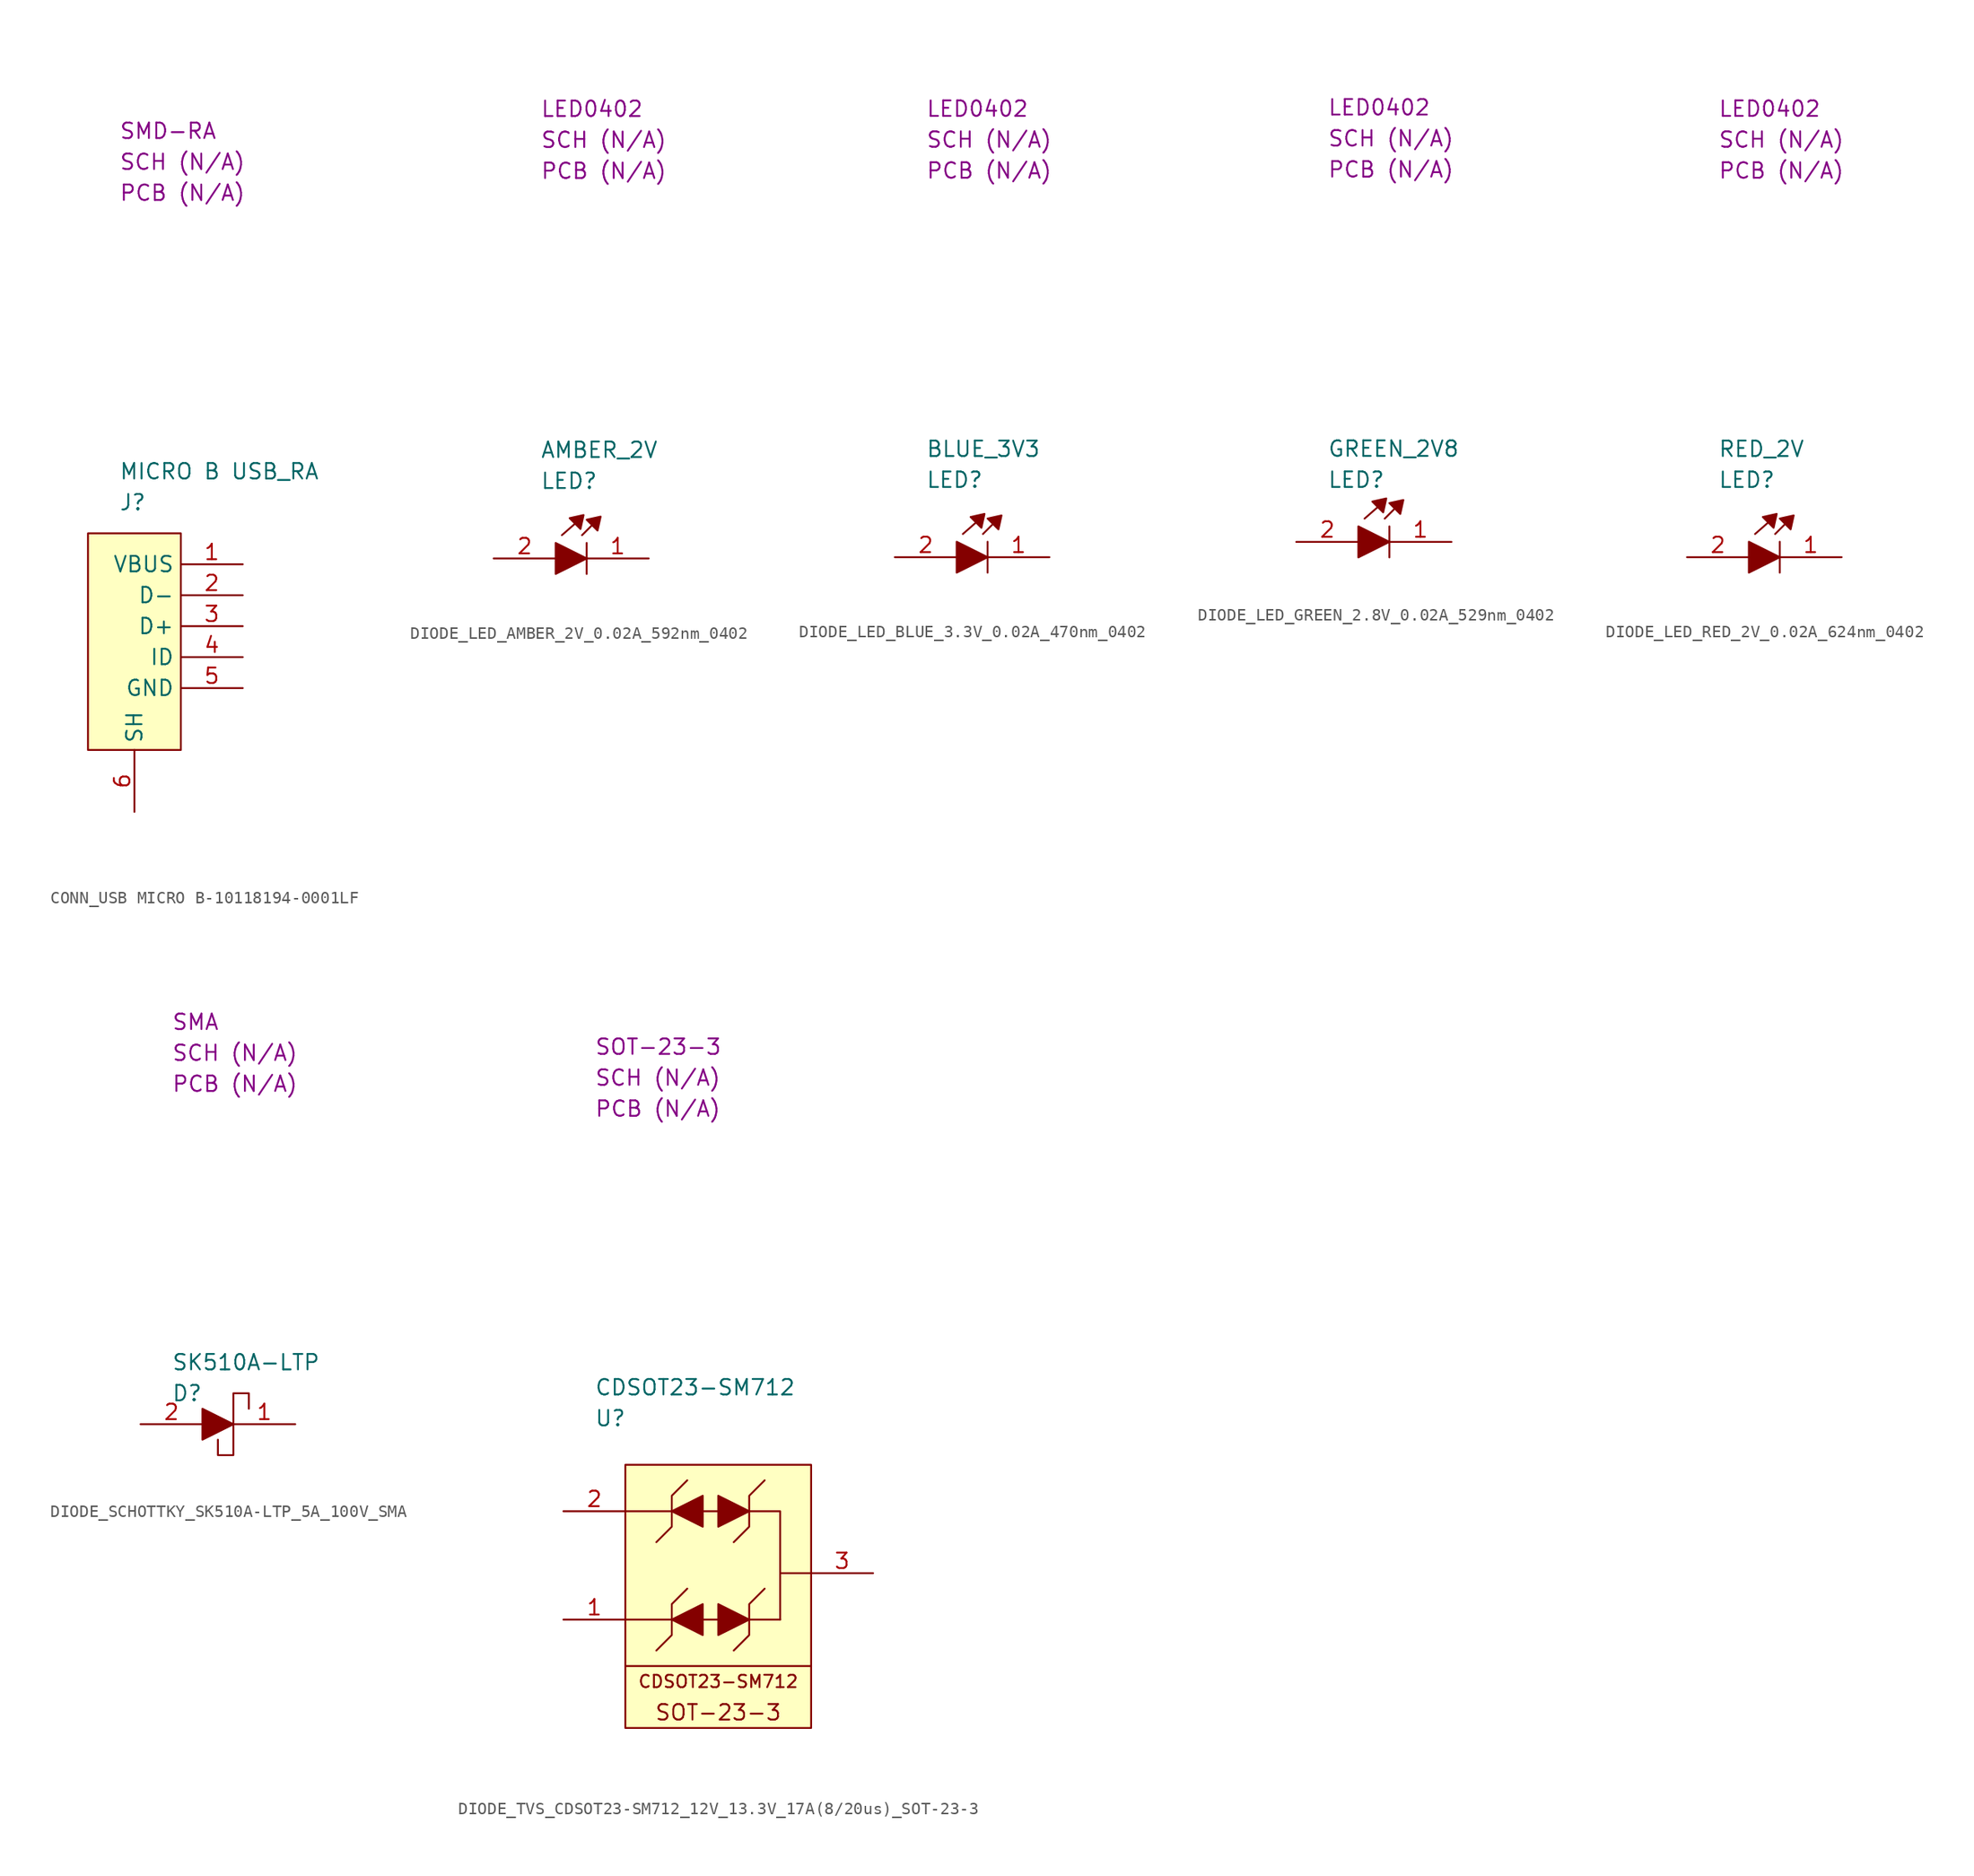
<source format=kicad_sym>
(kicad_symbol_lib
  (version 20220914)
  (generator kicad_symbol_editor)
  (symbol "CONN_USB MICRO B-10118194-0001LF"
    (property "Reference" "J"
      (at 2.54 2.54 0)
      (effects (font (size 1.27 1.27)) (justify left)))
    (property "Value" "MICRO B USB_RA"
      (at 2.54 5.08 0)
      (effects (font (size 1.27 1.27)) (justify left)))
    (property "Package" "SMD-RA"
      (at 2.54 33.02 0)
      (effects (font (size 1.27 1.27)) (justify left)))
    (property "SCH CHECK" "SCH (N/A)"
      (at 2.54 30.48 0)
      (effects (font (size 1.27 1.27)) (justify left)))
    (property "PCB CHECk" "PCB (N/A)"
      (at 2.54 27.94 0)
      (effects (font (size 1.27 1.27)) (justify left)))
    (symbol "CONN_USB MICRO B-10118194-0001LF_0_1"
      (rectangle (start 0 0) (end 7.62 -17.78) (stroke (width 0) (type default)) (fill (type background))))
    (symbol "CONN_USB MICRO B-10118194-0001LF_1_1"
      (pin passive line (at 12.7 -2.54 180) (length 5.08) (name "VBUS" (effects (font (size 1.27 1.27)))) (number "1" (effects (font (size 1.27 1.27)))))
      (pin passive line (at 12.7 -5.08 180) (length 5.08) (name "D-" (effects (font (size 1.27 1.27)))) (number "2" (effects (font (size 1.27 1.27)))))
      (pin passive line (at 12.7 -7.62 180) (length 5.08) (name "D+" (effects (font (size 1.27 1.27)))) (number "3" (effects (font (size 1.27 1.27)))))
      (pin passive line (at 12.7 -10.16 180) (length 5.08) (name "ID" (effects (font (size 1.27 1.27)))) (number "4" (effects (font (size 1.27 1.27)))))
      (pin passive line (at 12.7 -12.7 180) (length 5.08) (name "GND" (effects (font (size 1.27 1.27)))) (number "5" (effects (font (size 1.27 1.27)))))
      (pin passive line (at 3.81 -22.86 90) (length 5.08) (name "SH" (effects (font (size 1.27 1.27)))) (number "6" (effects (font (size 1.27 1.27)))))))
  (symbol "DIODE_LED_AMBER_2V_0.02A_592nm_0402"
    (property "Reference" "LED"
      (at 3.81 6.35 0)
      (effects (font (size 1.27 1.27)) (justify left)))
    (property "Value" "AMBER_2V"
      (at 3.81 8.89 0)
      (effects (font (size 1.27 1.27)) (justify left)))
    (property "Package" "LED0402"
      (at 3.81 36.83 0)
      (effects (font (size 1.27 1.27)) (justify left)))
    (property "SCH CHECK" "SCH (N/A)"
      (at 3.81 34.29 0)
      (effects (font (size 1.27 1.27)) (justify left)))
    (property "PCB CHECk" "PCB (N/A)"
      (at 3.81 31.75 0)
      (effects (font (size 1.27 1.27)) (justify left)))
    (symbol "DIODE_LED_AMBER_2V_0.02A_592nm_0402_0_1"
      (polyline (pts (xy 5.588 1.905) (xy 6.604 2.794)) (stroke (width 0) (type default)) (fill (type none)))
      (polyline (pts (xy 7.239 1.905) (xy 8.001 2.667)) (stroke (width 0) (type default)) (fill (type none)))
      (polyline (pts (xy 7.62 -1.27) (xy 7.62 1.27)) (stroke (width 0) (type default)) (fill (type none)))
      (polyline (pts (xy 5.08 1.27) (xy 5.08 -1.27) (xy 7.62 0) (xy 5.08 1.27)) (stroke (width 0) (type default)) (fill (type outline)))
      (polyline (pts (xy 6.223 3.302) (xy 7.112 2.413) (xy 7.366 3.556) (xy 6.223 3.302)) (stroke (width 0) (type default)) (fill (type outline)))
      (polyline (pts (xy 7.62 3.175) (xy 8.509 2.286) (xy 8.763 3.429) (xy 7.62 3.175)) (stroke (width 0) (type default)) (fill (type outline))))
    (symbol "DIODE_LED_AMBER_2V_0.02A_592nm_0402_1_1"
      (pin passive line (at 12.7 0 180) (length 5.08) (name "" (effects (font (size 1.27 1.27)))) (number "1" (effects (font (size 1.27 1.27)))))
      (pin passive line (at 0 0 0) (length 5.08) (name "" (effects (font (size 1.27 1.27)))) (number "2" (effects (font (size 1.27 1.27)))))))
  (symbol "DIODE_LED_BLUE_3.3V_0.02A_470nm_0402"
    (property "Reference" "LED"
      (at 2.54 6.35 0)
      (effects (font (size 1.27 1.27)) (justify left)))
    (property "Value" "BLUE_3V3"
      (at 2.54 8.89 0)
      (effects (font (size 1.27 1.27)) (justify left)))
    (property "Package" "LED0402"
      (at 2.54 36.83 0)
      (effects (font (size 1.27 1.27)) (justify left)))
    (property "SCH CHECK" "SCH (N/A)"
      (at 2.54 34.29 0)
      (effects (font (size 1.27 1.27)) (justify left)))
    (property "PCB CHECk" "PCB (N/A)"
      (at 2.54 31.75 0)
      (effects (font (size 1.27 1.27)) (justify left)))
    (symbol "DIODE_LED_BLUE_3.3V_0.02A_470nm_0402_0_1"
      (polyline (pts (xy 5.588 1.905) (xy 6.604 2.794)) (stroke (width 0) (type default)) (fill (type none)))
      (polyline (pts (xy 7.239 1.905) (xy 8.001 2.667)) (stroke (width 0) (type default)) (fill (type none)))
      (polyline (pts (xy 7.62 -1.27) (xy 7.62 1.27)) (stroke (width 0) (type default)) (fill (type none)))
      (polyline (pts (xy 5.08 1.27) (xy 5.08 -1.27) (xy 7.62 0) (xy 5.08 1.27)) (stroke (width 0) (type default)) (fill (type outline)))
      (polyline (pts (xy 6.223 3.302) (xy 7.112 2.413) (xy 7.366 3.556) (xy 6.223 3.302)) (stroke (width 0) (type default)) (fill (type outline)))
      (polyline (pts (xy 7.62 3.175) (xy 8.509 2.286) (xy 8.763 3.429) (xy 7.62 3.175)) (stroke (width 0) (type default)) (fill (type outline))))
    (symbol "DIODE_LED_BLUE_3.3V_0.02A_470nm_0402_1_1"
      (pin passive line (at 12.7 0 180) (length 5.08) (name "" (effects (font (size 1.27 1.27)))) (number "1" (effects (font (size 1.27 1.27)))))
      (pin passive line (at 0 0 0) (length 5.08) (name "" (effects (font (size 1.27 1.27)))) (number "2" (effects (font (size 1.27 1.27)))))))
  (symbol "DIODE_LED_GREEN_2.8V_0.02A_529nm_0402"
    (property "Reference" "LED"
      (at 2.54 5.08 0)
      (effects (font (size 1.27 1.27)) (justify left)))
    (property "Value" "GREEN_2V8"
      (at 2.54 7.62 0)
      (effects (font (size 1.27 1.27)) (justify left)))
    (property "Package" "LED0402"
      (at 2.54 35.56 0)
      (effects (font (size 1.27 1.27)) (justify left)))
    (property "SCH CHECK" "SCH (N/A)"
      (at 2.54 33.02 0)
      (effects (font (size 1.27 1.27)) (justify left)))
    (property "PCB CHECk" "PCB (N/A)"
      (at 2.54 30.48 0)
      (effects (font (size 1.27 1.27)) (justify left)))
    (symbol "DIODE_LED_GREEN_2.8V_0.02A_529nm_0402_0_1"
      (polyline (pts (xy 5.588 1.905) (xy 6.604 2.794)) (stroke (width 0) (type default)) (fill (type none)))
      (polyline (pts (xy 7.239 1.905) (xy 8.001 2.667)) (stroke (width 0) (type default)) (fill (type none)))
      (polyline (pts (xy 7.62 -1.27) (xy 7.62 1.27)) (stroke (width 0) (type default)) (fill (type none)))
      (polyline (pts (xy 5.08 1.27) (xy 5.08 -1.27) (xy 7.62 0) (xy 5.08 1.27)) (stroke (width 0) (type default)) (fill (type outline)))
      (polyline (pts (xy 6.223 3.302) (xy 7.112 2.413) (xy 7.366 3.556) (xy 6.223 3.302)) (stroke (width 0) (type default)) (fill (type outline)))
      (polyline (pts (xy 7.62 3.175) (xy 8.509 2.286) (xy 8.763 3.429) (xy 7.62 3.175)) (stroke (width 0) (type default)) (fill (type outline))))
    (symbol "DIODE_LED_GREEN_2.8V_0.02A_529nm_0402_1_1"
      (pin passive line (at 12.7 0 180) (length 5.08) (name "" (effects (font (size 1.27 1.27)))) (number "1" (effects (font (size 1.27 1.27)))))
      (pin passive line (at 0 0 0) (length 5.08) (name "" (effects (font (size 1.27 1.27)))) (number "2" (effects (font (size 1.27 1.27)))))))
  (symbol "DIODE_LED_RED_2V_0.02A_624nm_0402"
    (property "Reference" "LED"
      (at 2.54 6.35 0)
      (effects (font (size 1.27 1.27)) (justify left)))
    (property "Value" "RED_2V"
      (at 2.54 8.89 0)
      (effects (font (size 1.27 1.27)) (justify left)))
    (property "Package" "LED0402"
      (at 2.54 36.83 0)
      (effects (font (size 1.27 1.27)) (justify left)))
    (property "SCH CHECK" "SCH (N/A)"
      (at 2.54 34.29 0)
      (effects (font (size 1.27 1.27)) (justify left)))
    (property "PCB CHECk" "PCB (N/A)"
      (at 2.54 31.75 0)
      (effects (font (size 1.27 1.27)) (justify left)))
    (symbol "DIODE_LED_RED_2V_0.02A_624nm_0402_0_1"
      (polyline (pts (xy 5.588 1.905) (xy 6.604 2.794)) (stroke (width 0) (type default)) (fill (type none)))
      (polyline (pts (xy 7.239 1.905) (xy 8.001 2.667)) (stroke (width 0) (type default)) (fill (type none)))
      (polyline (pts (xy 7.62 -1.27) (xy 7.62 1.27)) (stroke (width 0) (type default)) (fill (type none)))
      (polyline (pts (xy 5.08 1.27) (xy 5.08 -1.27) (xy 7.62 0) (xy 5.08 1.27)) (stroke (width 0) (type default)) (fill (type outline)))
      (polyline (pts (xy 6.223 3.302) (xy 7.112 2.413) (xy 7.366 3.556) (xy 6.223 3.302)) (stroke (width 0) (type default)) (fill (type outline)))
      (polyline (pts (xy 7.62 3.175) (xy 8.509 2.286) (xy 8.763 3.429) (xy 7.62 3.175)) (stroke (width 0) (type default)) (fill (type outline))))
    (symbol "DIODE_LED_RED_2V_0.02A_624nm_0402_1_1"
      (pin passive line (at 12.7 0 180) (length 5.08) (name "" (effects (font (size 1.27 1.27)))) (number "1" (effects (font (size 1.27 1.27)))))
      (pin passive line (at 0 0 0) (length 5.08) (name "" (effects (font (size 1.27 1.27)))) (number "2" (effects (font (size 1.27 1.27)))))))
  (symbol "DIODE_SCHOTTKY_SK510A-LTP_5A_100V_SMA"
    (property "Reference" "D"
      (at 2.54 2.54 0)
      (effects (font (size 1.27 1.27)) (justify left)))
    (property "Value" "SK510A-LTP"
      (at 2.54 5.08 0)
      (effects (font (size 1.27 1.27)) (justify left)))
    (property "Package" "SMA"
      (at 2.54 33.02 0)
      (effects (font (size 1.27 1.27)) (justify left)))
    (property "SCH CHECK" "SCH (N/A)"
      (at 2.54 30.48 0)
      (effects (font (size 1.27 1.27)) (justify left)))
    (property "PCB CHECk" "PCB (N/A)"
      (at 2.54 27.94 0)
      (effects (font (size 1.27 1.27)) (justify left)))
    (symbol "DIODE_SCHOTTKY_SK510A-LTP_5A_100V_SMA_0_1"
      (polyline (pts (xy 5.08 1.27) (xy 5.08 -1.27) (xy 7.62 0) (xy 5.08 1.27)) (stroke (width 0) (type default)) (fill (type outline)))
      (polyline (pts (xy 8.89 1.27) (xy 8.89 2.54) (xy 7.62 2.54) (xy 7.62 -2.54) (xy 6.35 -2.54) (xy 6.35 -1.27)) (stroke (width 0) (type default)) (fill (type none))))
    (symbol "DIODE_SCHOTTKY_SK510A-LTP_5A_100V_SMA_1_1"
      (pin passive line (at 12.7 0 180) (length 5.08) (name "" (effects (font (size 1.27 1.27)))) (number "1" (effects (font (size 1.27 1.27)))))
      (pin passive line (at 0 0 0) (length 5.08) (name "" (effects (font (size 1.27 1.27)))) (number "2" (effects (font (size 1.27 1.27)))))))
  (symbol "DIODE_TVS_CDSOT23-SM712_12V_13.3V_17A(8/20us)_SOT-23-3"
    (property "Reference" "U"
      (at 2.54 3.81 0)
      (effects (font (size 1.27 1.27)) (justify left)))
    (property "Value" "CDSOT23-SM712"
      (at 2.54 6.35 0)
      (effects (font (size 1.27 1.27)) (justify left)))
    (property "Package" "SOT-23-3"
      (at 2.54 34.29 0)
      (effects (font (size 1.27 1.27)) (justify left)))
    (property "SCH CHECK" "SCH (N/A)"
      (at 2.54 31.75 0)
      (effects (font (size 1.27 1.27)) (justify left)))
    (property "PCB CHECk" "PCB (N/A)"
      (at 2.54 29.21 0)
      (effects (font (size 1.27 1.27)) (justify left)))
    (symbol "DIODE_TVS_CDSOT23-SM712_12V_13.3V_17A(8/20us)_SOT-23-3_0_0"
      (polyline (pts (xy 8.89 -12.7) (xy 5.08 -12.7)) (stroke (width 0) (type default)) (fill (type none)))
      (polyline (pts (xy 8.89 -3.81) (xy 5.08 -3.81)) (stroke (width 0) (type default)) (fill (type none)))
      (polyline (pts (xy 12.7 -12.7) (xy 11.43 -12.7)) (stroke (width 0) (type default)) (fill (type none)))
      (polyline (pts (xy 12.7 -3.81) (xy 11.43 -3.81)) (stroke (width 0) (type default)) (fill (type none)))
      (polyline (pts (xy 15.24 -12.7) (xy 17.78 -12.7)) (stroke (width 0) (type default)) (fill (type none)))
      (polyline (pts (xy 20.32 -8.89) (xy 17.78 -8.89)) (stroke (width 0) (type default)) (fill (type none)))
      (polyline (pts (xy 15.24 -3.81) (xy 17.78 -3.81) (xy 17.78 -8.89)) (stroke (width 0) (type default)) (fill (type none)))
      (text "CDSOT23-SM712" (at 12.7 -17.78 0) (effects (font (size 1.016 1.016))))
      (text "SOT-23-3" (at 12.7 -20.32 0) (effects (font (size 1.27 1.27)))))
    (symbol "DIODE_TVS_CDSOT23-SM712_12V_13.3V_17A(8/20us)_SOT-23-3_0_1"
      (polyline (pts (xy 5.08 -16.51) (xy 20.32 -16.51)) (stroke (width 0) (type default)) (fill (type none)))
      (polyline (pts (xy 17.78 -8.89) (xy 17.78 -12.7)) (stroke (width 0) (type default)) (fill (type none)))
      (polyline (pts (xy 10.16 -10.16) (xy 8.89 -11.43) (xy 8.89 -13.97) (xy 7.62 -15.24)) (stroke (width 0) (type default)) (fill (type none)))
      (polyline (pts (xy 10.16 -1.27) (xy 8.89 -2.54) (xy 8.89 -5.08) (xy 7.62 -6.35)) (stroke (width 0) (type default)) (fill (type none)))
      (polyline (pts (xy 11.43 -13.97) (xy 11.43 -11.43) (xy 8.89 -12.7) (xy 11.43 -13.97)) (stroke (width 0) (type default)) (fill (type outline)))
      (polyline (pts (xy 11.43 -5.08) (xy 11.43 -2.54) (xy 8.89 -3.81) (xy 11.43 -5.08)) (stroke (width 0) (type default)) (fill (type outline)))
      (polyline (pts (xy 12.7 -11.43) (xy 12.7 -13.97) (xy 15.24 -12.7) (xy 12.7 -11.43)) (stroke (width 0) (type default)) (fill (type outline)))
      (polyline (pts (xy 12.7 -2.54) (xy 12.7 -5.08) (xy 15.24 -3.81) (xy 12.7 -2.54)) (stroke (width 0) (type default)) (fill (type outline)))
      (polyline (pts (xy 13.97 -15.24) (xy 15.24 -13.97) (xy 15.24 -11.43) (xy 16.51 -10.16)) (stroke (width 0) (type default)) (fill (type none)))
      (polyline (pts (xy 13.97 -6.35) (xy 15.24 -5.08) (xy 15.24 -2.54) (xy 16.51 -1.27)) (stroke (width 0) (type default)) (fill (type none)))
      (rectangle (start 5.08 0) (end 20.32 -21.59) (stroke (width 0) (type default)) (fill (type background))))
    (symbol "DIODE_TVS_CDSOT23-SM712_12V_13.3V_17A(8/20us)_SOT-23-3_1_1"
      (pin passive line (at 0 -12.7 0) (length 5.08) (name "" (effects (font (size 1.27 1.27)))) (number "1" (effects (font (size 1.27 1.27)))))
      (pin passive line (at 0 -3.81 0) (length 5.08) (name "" (effects (font (size 1.27 1.27)))) (number "2" (effects (font (size 1.27 1.27)))))
      (pin passive line (at 25.4 -8.89 180) (length 5.08) (name "" (effects (font (size 1.27 1.27)))) (number "3" (effects (font (size 1.27 1.27))))))))
</source>
